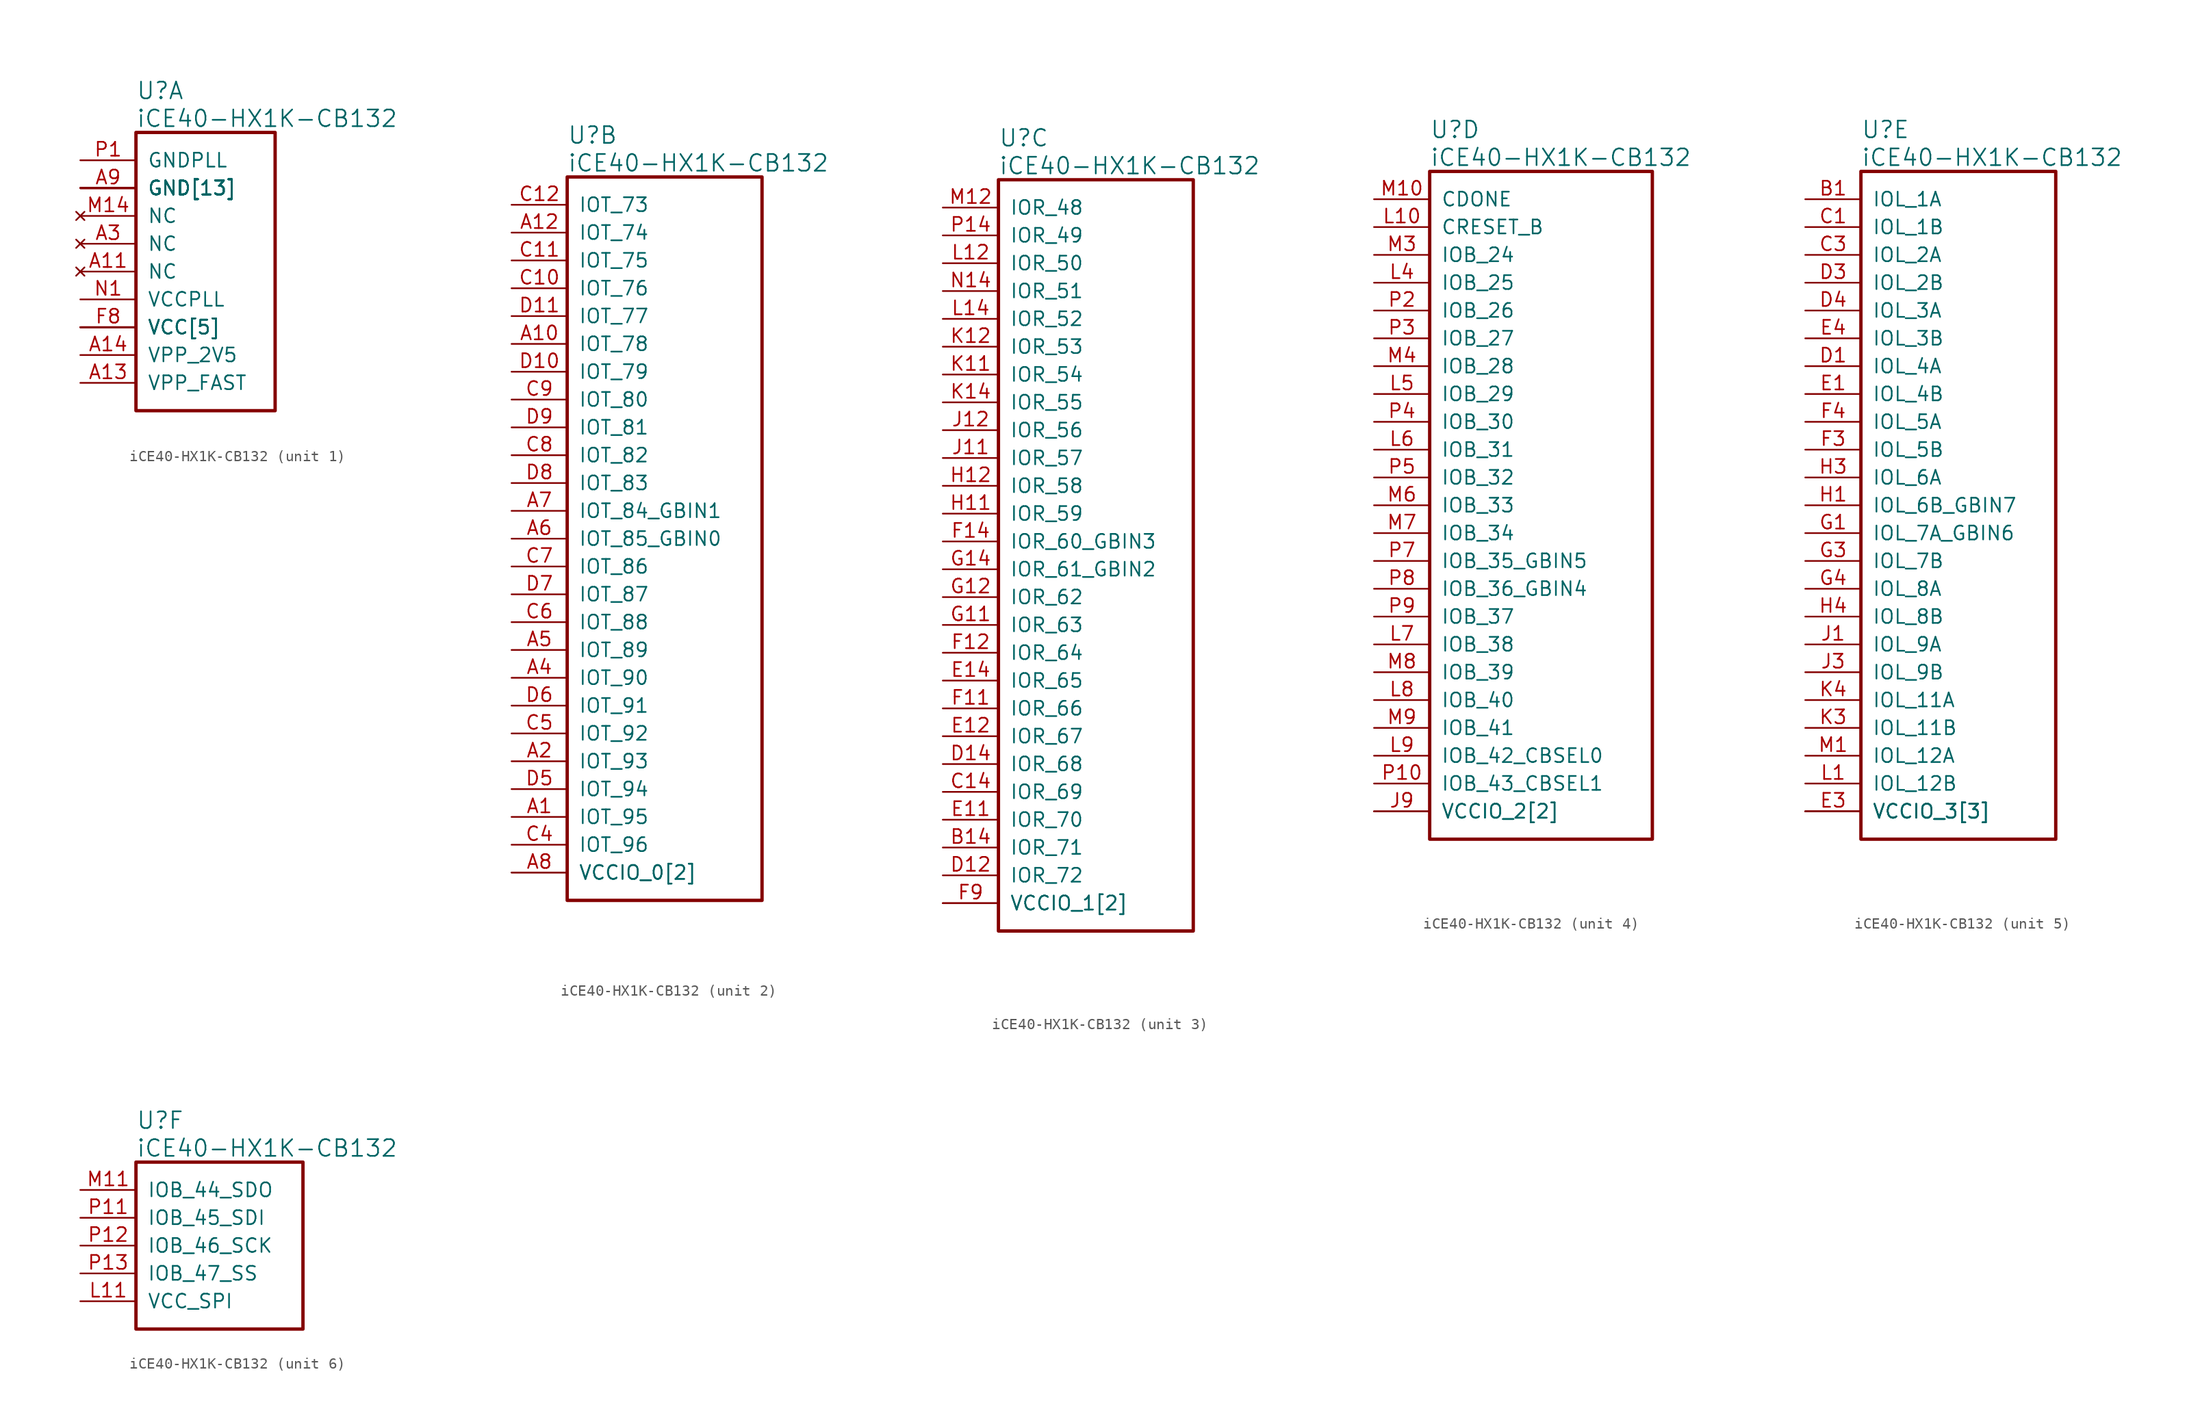
<source format=kicad_sym>
(kicad_symbol_lib
  (version 20241209)
  (generator "kicad_symbol_editor")
  (generator_version "9.0")
  (symbol "iCE40-HX1K-CB132"
    (pin_names
      (offset 1.016))
    (property "Reference" "U"
      (at 5.08 6.35 0)
      (effects (font (size 1.524 1.524)) (justify left)))
    (property "Value" "iCE40-HX1K-CB132"
      (at 5.08 3.81 0)
      (effects (font (size 1.524 1.524)) (justify left)))
    (property "ki_locked" ""
      (at 0 0 0)
      (effects (font (size 1.27 1.27))))
    (symbol "iCE40-HX1K-CB132_1_1"
      (rectangle (start 5.08 2.54) (end 17.78 -22.86) (stroke (width 0.305) (type solid)) (fill (type none)))
      (pin power_in line (at 0 0 0) (length 5.08) (name "GNDPLL" (effects (font (size 1.27 1.27)))) (number "P1" (effects (font (size 1.27 1.27)))))
      (pin power_in line (at 0 -2.54 0) (length 5.08) (name "GND[13]" (effects (font (size 1.27 1.27)))) (number "A9" (effects (font (size 1.27 1.27)))))
      (pin power_in line (at 0 -2.54 0) (length 5.08) (name "GND[13]" (effects (font (size 1.27 1.27)))) (number "F1" (effects (font (size 0 0)))))
      (pin power_in line (at 0 -2.54 0) (length 5.08) (name "GND[13]" (effects (font (size 1.27 1.27)))) (number "F7" (effects (font (size 0 0)))))
      (pin power_in line (at 0 -2.54 0) (length 5.08) (name "GND[13]" (effects (font (size 1.27 1.27)))) (number "G7" (effects (font (size 0 0)))))
      (pin power_in line (at 0 -2.54 0) (length 5.08) (name "GND[13]" (effects (font (size 1.27 1.27)))) (number "G8" (effects (font (size 0 0)))))
      (pin power_in line (at 0 -2.54 0) (length 5.08) (name "GND[13]" (effects (font (size 1.27 1.27)))) (number "G9" (effects (font (size 0 0)))))
      (pin power_in line (at 0 -2.54 0) (length 5.08) (name "GND[13]" (effects (font (size 1.27 1.27)))) (number "H6" (effects (font (size 0 0)))))
      (pin power_in line (at 0 -2.54 0) (length 5.08) (name "GND[13]" (effects (font (size 1.27 1.27)))) (number "H7" (effects (font (size 0 0)))))
      (pin power_in line (at 0 -2.54 0) (length 5.08) (name "GND[13]" (effects (font (size 1.27 1.27)))) (number "H8" (effects (font (size 0 0)))))
      (pin power_in line (at 0 -2.54 0) (length 5.08) (name "GND[13]" (effects (font (size 1.27 1.27)))) (number "J14" (effects (font (size 0 0)))))
      (pin power_in line (at 0 -2.54 0) (length 5.08) (name "GND[13]" (effects (font (size 1.27 1.27)))) (number "J8" (effects (font (size 0 0)))))
      (pin power_in line (at 0 -2.54 0) (length 5.08) (name "GND[13]" (effects (font (size 1.27 1.27)))) (number "L3" (effects (font (size 0 0)))))
      (pin power_in line (at 0 -2.54 0) (length 5.08) (name "GND[13]" (effects (font (size 1.27 1.27)))) (number "P6" (effects (font (size 0 0)))))
      (pin no_connect line (at 0 -5.08 0) (length 5.08) (name "NC" (effects (font (size 1.27 1.27)))) (number "M14" (effects (font (size 1.27 1.27)))))
      (pin no_connect line (at 0 -7.62 0) (length 5.08) (name "NC" (effects (font (size 1.27 1.27)))) (number "A3" (effects (font (size 1.27 1.27)))))
      (pin no_connect line (at 0 -10.16 0) (length 5.08) (name "NC" (effects (font (size 1.27 1.27)))) (number "A11" (effects (font (size 1.27 1.27)))))
      (pin power_in line (at 0 -12.7 0) (length 5.08) (name "VCCPLL" (effects (font (size 1.27 1.27)))) (number "N1" (effects (font (size 1.27 1.27)))))
      (pin power_in line (at 0 -15.24 0) (length 5.08) (name "VCC[5]" (effects (font (size 1.27 1.27)))) (number "F8" (effects (font (size 1.27 1.27)))))
      (pin power_in line (at 0 -15.24 0) (length 5.08) (name "VCC[5]" (effects (font (size 1.27 1.27)))) (number "G6" (effects (font (size 0 0)))))
      (pin power_in line (at 0 -15.24 0) (length 5.08) (name "VCC[5]" (effects (font (size 1.27 1.27)))) (number "H9" (effects (font (size 0 0)))))
      (pin power_in line (at 0 -15.24 0) (length 5.08) (name "VCC[5]" (effects (font (size 1.27 1.27)))) (number "J4" (effects (font (size 0 0)))))
      (pin power_in line (at 0 -15.24 0) (length 5.08) (name "VCC[5]" (effects (font (size 1.27 1.27)))) (number "J7" (effects (font (size 0 0)))))
      (pin power_in line (at 0 -17.78 0) (length 5.08) (name "VPP_2V5" (effects (font (size 1.27 1.27)))) (number "A14" (effects (font (size 1.27 1.27)))))
      (pin power_in line (at 0 -20.32 0) (length 5.08) (name "VPP_FAST" (effects (font (size 1.27 1.27)))) (number "A13" (effects (font (size 1.27 1.27))))))
    (symbol "iCE40-HX1K-CB132_2_1"
      (rectangle (start 5.08 2.54) (end 22.86 -63.5) (stroke (width 0.305) (type solid)) (fill (type none)))
      (pin bidirectional line (at 0 0 0) (length 5.08) (name "IOT_73" (effects (font (size 1.27 1.27)))) (number "C12" (effects (font (size 1.27 1.27)))))
      (pin bidirectional line (at 0 -2.54 0) (length 5.08) (name "IOT_74" (effects (font (size 1.27 1.27)))) (number "A12" (effects (font (size 1.27 1.27)))))
      (pin bidirectional line (at 0 -5.08 0) (length 5.08) (name "IOT_75" (effects (font (size 1.27 1.27)))) (number "C11" (effects (font (size 1.27 1.27)))))
      (pin bidirectional line (at 0 -7.62 0) (length 5.08) (name "IOT_76" (effects (font (size 1.27 1.27)))) (number "C10" (effects (font (size 1.27 1.27)))))
      (pin bidirectional line (at 0 -10.16 0) (length 5.08) (name "IOT_77" (effects (font (size 1.27 1.27)))) (number "D11" (effects (font (size 1.27 1.27)))))
      (pin bidirectional line (at 0 -12.7 0) (length 5.08) (name "IOT_78" (effects (font (size 1.27 1.27)))) (number "A10" (effects (font (size 1.27 1.27)))))
      (pin bidirectional line (at 0 -15.24 0) (length 5.08) (name "IOT_79" (effects (font (size 1.27 1.27)))) (number "D10" (effects (font (size 1.27 1.27)))))
      (pin bidirectional line (at 0 -17.78 0) (length 5.08) (name "IOT_80" (effects (font (size 1.27 1.27)))) (number "C9" (effects (font (size 1.27 1.27)))))
      (pin bidirectional line (at 0 -20.32 0) (length 5.08) (name "IOT_81" (effects (font (size 1.27 1.27)))) (number "D9" (effects (font (size 1.27 1.27)))))
      (pin bidirectional line (at 0 -22.86 0) (length 5.08) (name "IOT_82" (effects (font (size 1.27 1.27)))) (number "C8" (effects (font (size 1.27 1.27)))))
      (pin bidirectional line (at 0 -25.4 0) (length 5.08) (name "IOT_83" (effects (font (size 1.27 1.27)))) (number "D8" (effects (font (size 1.27 1.27)))))
      (pin bidirectional line (at 0 -27.94 0) (length 5.08) (name "IOT_84_GBIN1" (effects (font (size 1.27 1.27)))) (number "A7" (effects (font (size 1.27 1.27)))))
      (pin bidirectional line (at 0 -30.48 0) (length 5.08) (name "IOT_85_GBIN0" (effects (font (size 1.27 1.27)))) (number "A6" (effects (font (size 1.27 1.27)))))
      (pin bidirectional line (at 0 -33.02 0) (length 5.08) (name "IOT_86" (effects (font (size 1.27 1.27)))) (number "C7" (effects (font (size 1.27 1.27)))))
      (pin bidirectional line (at 0 -35.56 0) (length 5.08) (name "IOT_87" (effects (font (size 1.27 1.27)))) (number "D7" (effects (font (size 1.27 1.27)))))
      (pin bidirectional line (at 0 -38.1 0) (length 5.08) (name "IOT_88" (effects (font (size 1.27 1.27)))) (number "C6" (effects (font (size 1.27 1.27)))))
      (pin bidirectional line (at 0 -40.64 0) (length 5.08) (name "IOT_89" (effects (font (size 1.27 1.27)))) (number "A5" (effects (font (size 1.27 1.27)))))
      (pin bidirectional line (at 0 -43.18 0) (length 5.08) (name "IOT_90" (effects (font (size 1.27 1.27)))) (number "A4" (effects (font (size 1.27 1.27)))))
      (pin bidirectional line (at 0 -45.72 0) (length 5.08) (name "IOT_91" (effects (font (size 1.27 1.27)))) (number "D6" (effects (font (size 1.27 1.27)))))
      (pin bidirectional line (at 0 -48.26 0) (length 5.08) (name "IOT_92" (effects (font (size 1.27 1.27)))) (number "C5" (effects (font (size 1.27 1.27)))))
      (pin bidirectional line (at 0 -50.8 0) (length 5.08) (name "IOT_93" (effects (font (size 1.27 1.27)))) (number "A2" (effects (font (size 1.27 1.27)))))
      (pin bidirectional line (at 0 -53.34 0) (length 5.08) (name "IOT_94" (effects (font (size 1.27 1.27)))) (number "D5" (effects (font (size 1.27 1.27)))))
      (pin bidirectional line (at 0 -55.88 0) (length 5.08) (name "IOT_95" (effects (font (size 1.27 1.27)))) (number "A1" (effects (font (size 1.27 1.27)))))
      (pin bidirectional line (at 0 -58.42 0) (length 5.08) (name "IOT_96" (effects (font (size 1.27 1.27)))) (number "C4" (effects (font (size 1.27 1.27)))))
      (pin power_in line (at 0 -60.96 0) (length 5.08) (name "VCCIO_0[2]" (effects (font (size 1.27 1.27)))) (number "A8" (effects (font (size 1.27 1.27)))))
      (pin power_in line (at 0 -60.96 0) (length 5.08) (name "VCCIO_0[2]" (effects (font (size 1.27 1.27)))) (number "F6" (effects (font (size 0 0))))))
    (symbol "iCE40-HX1K-CB132_3_1"
      (rectangle (start 5.08 2.54) (end 22.86 -66.04) (stroke (width 0.305) (type solid)) (fill (type none)))
      (pin bidirectional line (at 0 0 0) (length 5.08) (name "IOR_48" (effects (font (size 1.27 1.27)))) (number "M12" (effects (font (size 1.27 1.27)))))
      (pin bidirectional line (at 0 -2.54 0) (length 5.08) (name "IOR_49" (effects (font (size 1.27 1.27)))) (number "P14" (effects (font (size 1.27 1.27)))))
      (pin bidirectional line (at 0 -5.08 0) (length 5.08) (name "IOR_50" (effects (font (size 1.27 1.27)))) (number "L12" (effects (font (size 1.27 1.27)))))
      (pin bidirectional line (at 0 -7.62 0) (length 5.08) (name "IOR_51" (effects (font (size 1.27 1.27)))) (number "N14" (effects (font (size 1.27 1.27)))))
      (pin bidirectional line (at 0 -10.16 0) (length 5.08) (name "IOR_52" (effects (font (size 1.27 1.27)))) (number "L14" (effects (font (size 1.27 1.27)))))
      (pin bidirectional line (at 0 -12.7 0) (length 5.08) (name "IOR_53" (effects (font (size 1.27 1.27)))) (number "K12" (effects (font (size 1.27 1.27)))))
      (pin bidirectional line (at 0 -15.24 0) (length 5.08) (name "IOR_54" (effects (font (size 1.27 1.27)))) (number "K11" (effects (font (size 1.27 1.27)))))
      (pin bidirectional line (at 0 -17.78 0) (length 5.08) (name "IOR_55" (effects (font (size 1.27 1.27)))) (number "K14" (effects (font (size 1.27 1.27)))))
      (pin bidirectional line (at 0 -20.32 0) (length 5.08) (name "IOR_56" (effects (font (size 1.27 1.27)))) (number "J12" (effects (font (size 1.27 1.27)))))
      (pin bidirectional line (at 0 -22.86 0) (length 5.08) (name "IOR_57" (effects (font (size 1.27 1.27)))) (number "J11" (effects (font (size 1.27 1.27)))))
      (pin bidirectional line (at 0 -25.4 0) (length 5.08) (name "IOR_58" (effects (font (size 1.27 1.27)))) (number "H12" (effects (font (size 1.27 1.27)))))
      (pin bidirectional line (at 0 -27.94 0) (length 5.08) (name "IOR_59" (effects (font (size 1.27 1.27)))) (number "H11" (effects (font (size 1.27 1.27)))))
      (pin bidirectional line (at 0 -30.48 0) (length 5.08) (name "IOR_60_GBIN3" (effects (font (size 1.27 1.27)))) (number "F14" (effects (font (size 1.27 1.27)))))
      (pin bidirectional line (at 0 -33.02 0) (length 5.08) (name "IOR_61_GBIN2" (effects (font (size 1.27 1.27)))) (number "G14" (effects (font (size 1.27 1.27)))))
      (pin bidirectional line (at 0 -35.56 0) (length 5.08) (name "IOR_62" (effects (font (size 1.27 1.27)))) (number "G12" (effects (font (size 1.27 1.27)))))
      (pin bidirectional line (at 0 -38.1 0) (length 5.08) (name "IOR_63" (effects (font (size 1.27 1.27)))) (number "G11" (effects (font (size 1.27 1.27)))))
      (pin bidirectional line (at 0 -40.64 0) (length 5.08) (name "IOR_64" (effects (font (size 1.27 1.27)))) (number "F12" (effects (font (size 1.27 1.27)))))
      (pin bidirectional line (at 0 -43.18 0) (length 5.08) (name "IOR_65" (effects (font (size 1.27 1.27)))) (number "E14" (effects (font (size 1.27 1.27)))))
      (pin bidirectional line (at 0 -45.72 0) (length 5.08) (name "IOR_66" (effects (font (size 1.27 1.27)))) (number "F11" (effects (font (size 1.27 1.27)))))
      (pin bidirectional line (at 0 -48.26 0) (length 5.08) (name "IOR_67" (effects (font (size 1.27 1.27)))) (number "E12" (effects (font (size 1.27 1.27)))))
      (pin bidirectional line (at 0 -50.8 0) (length 5.08) (name "IOR_68" (effects (font (size 1.27 1.27)))) (number "D14" (effects (font (size 1.27 1.27)))))
      (pin bidirectional line (at 0 -53.34 0) (length 5.08) (name "IOR_69" (effects (font (size 1.27 1.27)))) (number "C14" (effects (font (size 1.27 1.27)))))
      (pin bidirectional line (at 0 -55.88 0) (length 5.08) (name "IOR_70" (effects (font (size 1.27 1.27)))) (number "E11" (effects (font (size 1.27 1.27)))))
      (pin bidirectional line (at 0 -58.42 0) (length 5.08) (name "IOR_71" (effects (font (size 1.27 1.27)))) (number "B14" (effects (font (size 1.27 1.27)))))
      (pin bidirectional line (at 0 -60.96 0) (length 5.08) (name "IOR_72" (effects (font (size 1.27 1.27)))) (number "D12" (effects (font (size 1.27 1.27)))))
      (pin power_in line (at 0 -63.5 0) (length 5.08) (name "VCCIO_1[2]" (effects (font (size 1.27 1.27)))) (number "F9" (effects (font (size 1.27 1.27)))))
      (pin power_in line (at 0 -63.5 0) (length 5.08) (name "VCCIO_1[2]" (effects (font (size 1.27 1.27)))) (number "H14" (effects (font (size 0 0))))))
    (symbol "iCE40-HX1K-CB132_4_1"
      (rectangle (start 5.08 2.54) (end 25.4 -58.42) (stroke (width 0.305) (type solid)) (fill (type none)))
      (pin output line (at 0 0 0) (length 5.08) (name "CDONE" (effects (font (size 1.27 1.27)))) (number "M10" (effects (font (size 1.27 1.27)))))
      (pin input line (at 0 -2.54 0) (length 5.08) (name "CRESET_B" (effects (font (size 1.27 1.27)))) (number "L10" (effects (font (size 1.27 1.27)))))
      (pin bidirectional line (at 0 -5.08 0) (length 5.08) (name "IOB_24" (effects (font (size 1.27 1.27)))) (number "M3" (effects (font (size 1.27 1.27)))))
      (pin bidirectional line (at 0 -7.62 0) (length 5.08) (name "IOB_25" (effects (font (size 1.27 1.27)))) (number "L4" (effects (font (size 1.27 1.27)))))
      (pin bidirectional line (at 0 -10.16 0) (length 5.08) (name "IOB_26" (effects (font (size 1.27 1.27)))) (number "P2" (effects (font (size 1.27 1.27)))))
      (pin bidirectional line (at 0 -12.7 0) (length 5.08) (name "IOB_27" (effects (font (size 1.27 1.27)))) (number "P3" (effects (font (size 1.27 1.27)))))
      (pin bidirectional line (at 0 -15.24 0) (length 5.08) (name "IOB_28" (effects (font (size 1.27 1.27)))) (number "M4" (effects (font (size 1.27 1.27)))))
      (pin bidirectional line (at 0 -17.78 0) (length 5.08) (name "IOB_29" (effects (font (size 1.27 1.27)))) (number "L5" (effects (font (size 1.27 1.27)))))
      (pin bidirectional line (at 0 -20.32 0) (length 5.08) (name "IOB_30" (effects (font (size 1.27 1.27)))) (number "P4" (effects (font (size 1.27 1.27)))))
      (pin bidirectional line (at 0 -22.86 0) (length 5.08) (name "IOB_31" (effects (font (size 1.27 1.27)))) (number "L6" (effects (font (size 1.27 1.27)))))
      (pin bidirectional line (at 0 -25.4 0) (length 5.08) (name "IOB_32" (effects (font (size 1.27 1.27)))) (number "P5" (effects (font (size 1.27 1.27)))))
      (pin bidirectional line (at 0 -27.94 0) (length 5.08) (name "IOB_33" (effects (font (size 1.27 1.27)))) (number "M6" (effects (font (size 1.27 1.27)))))
      (pin bidirectional line (at 0 -30.48 0) (length 5.08) (name "IOB_34" (effects (font (size 1.27 1.27)))) (number "M7" (effects (font (size 1.27 1.27)))))
      (pin bidirectional line (at 0 -33.02 0) (length 5.08) (name "IOB_35_GBIN5" (effects (font (size 1.27 1.27)))) (number "P7" (effects (font (size 1.27 1.27)))))
      (pin bidirectional line (at 0 -35.56 0) (length 5.08) (name "IOB_36_GBIN4" (effects (font (size 1.27 1.27)))) (number "P8" (effects (font (size 1.27 1.27)))))
      (pin bidirectional line (at 0 -38.1 0) (length 5.08) (name "IOB_37" (effects (font (size 1.27 1.27)))) (number "P9" (effects (font (size 1.27 1.27)))))
      (pin bidirectional line (at 0 -40.64 0) (length 5.08) (name "IOB_38" (effects (font (size 1.27 1.27)))) (number "L7" (effects (font (size 1.27 1.27)))))
      (pin bidirectional line (at 0 -43.18 0) (length 5.08) (name "IOB_39" (effects (font (size 1.27 1.27)))) (number "M8" (effects (font (size 1.27 1.27)))))
      (pin bidirectional line (at 0 -45.72 0) (length 5.08) (name "IOB_40" (effects (font (size 1.27 1.27)))) (number "L8" (effects (font (size 1.27 1.27)))))
      (pin bidirectional line (at 0 -48.26 0) (length 5.08) (name "IOB_41" (effects (font (size 1.27 1.27)))) (number "M9" (effects (font (size 1.27 1.27)))))
      (pin bidirectional line (at 0 -50.8 0) (length 5.08) (name "IOB_42_CBSEL0" (effects (font (size 1.27 1.27)))) (number "L9" (effects (font (size 1.27 1.27)))))
      (pin bidirectional line (at 0 -53.34 0) (length 5.08) (name "IOB_43_CBSEL1" (effects (font (size 1.27 1.27)))) (number "P10" (effects (font (size 1.27 1.27)))))
      (pin power_in line (at 0 -55.88 0) (length 5.08) (name "VCCIO_2[2]" (effects (font (size 1.27 1.27)))) (number "J9" (effects (font (size 1.27 1.27)))))
      (pin power_in line (at 0 -55.88 0) (length 5.08) (name "VCCIO_2[2]" (effects (font (size 1.27 1.27)))) (number "M5" (effects (font (size 0 0))))))
    (symbol "iCE40-HX1K-CB132_5_1"
      (rectangle (start 5.08 2.54) (end 22.86 -58.42) (stroke (width 0.305) (type solid)) (fill (type none)))
      (pin bidirectional line (at 0 0 0) (length 5.08) (name "IOL_1A" (effects (font (size 1.27 1.27)))) (number "B1" (effects (font (size 1.27 1.27)))))
      (pin bidirectional line (at 0 -2.54 0) (length 5.08) (name "IOL_1B" (effects (font (size 1.27 1.27)))) (number "C1" (effects (font (size 1.27 1.27)))))
      (pin bidirectional line (at 0 -5.08 0) (length 5.08) (name "IOL_2A" (effects (font (size 1.27 1.27)))) (number "C3" (effects (font (size 1.27 1.27)))))
      (pin bidirectional line (at 0 -7.62 0) (length 5.08) (name "IOL_2B" (effects (font (size 1.27 1.27)))) (number "D3" (effects (font (size 1.27 1.27)))))
      (pin bidirectional line (at 0 -10.16 0) (length 5.08) (name "IOL_3A" (effects (font (size 1.27 1.27)))) (number "D4" (effects (font (size 1.27 1.27)))))
      (pin bidirectional line (at 0 -12.7 0) (length 5.08) (name "IOL_3B" (effects (font (size 1.27 1.27)))) (number "E4" (effects (font (size 1.27 1.27)))))
      (pin bidirectional line (at 0 -15.24 0) (length 5.08) (name "IOL_4A" (effects (font (size 1.27 1.27)))) (number "D1" (effects (font (size 1.27 1.27)))))
      (pin bidirectional line (at 0 -17.78 0) (length 5.08) (name "IOL_4B" (effects (font (size 1.27 1.27)))) (number "E1" (effects (font (size 1.27 1.27)))))
      (pin bidirectional line (at 0 -20.32 0) (length 5.08) (name "IOL_5A" (effects (font (size 1.27 1.27)))) (number "F4" (effects (font (size 1.27 1.27)))))
      (pin bidirectional line (at 0 -22.86 0) (length 5.08) (name "IOL_5B" (effects (font (size 1.27 1.27)))) (number "F3" (effects (font (size 1.27 1.27)))))
      (pin bidirectional line (at 0 -25.4 0) (length 5.08) (name "IOL_6A" (effects (font (size 1.27 1.27)))) (number "H3" (effects (font (size 1.27 1.27)))))
      (pin bidirectional line (at 0 -27.94 0) (length 5.08) (name "IOL_6B_GBIN7" (effects (font (size 1.27 1.27)))) (number "H1" (effects (font (size 1.27 1.27)))))
      (pin bidirectional line (at 0 -30.48 0) (length 5.08) (name "IOL_7A_GBIN6" (effects (font (size 1.27 1.27)))) (number "G1" (effects (font (size 1.27 1.27)))))
      (pin bidirectional line (at 0 -33.02 0) (length 5.08) (name "IOL_7B" (effects (font (size 1.27 1.27)))) (number "G3" (effects (font (size 1.27 1.27)))))
      (pin bidirectional line (at 0 -35.56 0) (length 5.08) (name "IOL_8A" (effects (font (size 1.27 1.27)))) (number "G4" (effects (font (size 1.27 1.27)))))
      (pin bidirectional line (at 0 -38.1 0) (length 5.08) (name "IOL_8B" (effects (font (size 1.27 1.27)))) (number "H4" (effects (font (size 1.27 1.27)))))
      (pin bidirectional line (at 0 -40.64 0) (length 5.08) (name "IOL_9A" (effects (font (size 1.27 1.27)))) (number "J1" (effects (font (size 1.27 1.27)))))
      (pin bidirectional line (at 0 -43.18 0) (length 5.08) (name "IOL_9B" (effects (font (size 1.27 1.27)))) (number "J3" (effects (font (size 1.27 1.27)))))
      (pin bidirectional line (at 0 -45.72 0) (length 5.08) (name "IOL_11A" (effects (font (size 1.27 1.27)))) (number "K4" (effects (font (size 1.27 1.27)))))
      (pin bidirectional line (at 0 -48.26 0) (length 5.08) (name "IOL_11B" (effects (font (size 1.27 1.27)))) (number "K3" (effects (font (size 1.27 1.27)))))
      (pin bidirectional line (at 0 -50.8 0) (length 5.08) (name "IOL_12A" (effects (font (size 1.27 1.27)))) (number "M1" (effects (font (size 1.27 1.27)))))
      (pin bidirectional line (at 0 -53.34 0) (length 5.08) (name "IOL_12B" (effects (font (size 1.27 1.27)))) (number "L1" (effects (font (size 1.27 1.27)))))
      (pin power_in line (at 0 -55.88 0) (length 5.08) (name "VCCIO_3[3]" (effects (font (size 1.27 1.27)))) (number "E3" (effects (font (size 1.27 1.27)))))
      (pin power_in line (at 0 -55.88 0) (length 5.08) (name "VCCIO_3[3]" (effects (font (size 1.27 1.27)))) (number "J6" (effects (font (size 0 0)))))
      (pin power_in line (at 0 -55.88 0) (length 5.08) (name "VCCIO_3[3]" (effects (font (size 1.27 1.27)))) (number "K1" (effects (font (size 0 0))))))
    (symbol "iCE40-HX1K-CB132_6_1"
      (rectangle (start 5.08 2.54) (end 20.32 -12.7) (stroke (width 0.305) (type solid)) (fill (type none)))
      (pin bidirectional line (at 0 0 0) (length 5.08) (name "IOB_44_SDO" (effects (font (size 1.27 1.27)))) (number "M11" (effects (font (size 1.27 1.27)))))
      (pin bidirectional line (at 0 -2.54 0) (length 5.08) (name "IOB_45_SDI" (effects (font (size 1.27 1.27)))) (number "P11" (effects (font (size 1.27 1.27)))))
      (pin bidirectional line (at 0 -5.08 0) (length 5.08) (name "IOB_46_SCK" (effects (font (size 1.27 1.27)))) (number "P12" (effects (font (size 1.27 1.27)))))
      (pin bidirectional line (at 0 -7.62 0) (length 5.08) (name "IOB_47_SS" (effects (font (size 1.27 1.27)))) (number "P13" (effects (font (size 1.27 1.27)))))
      (pin power_in line (at 0 -10.16 0) (length 5.08) (name "VCC_SPI" (effects (font (size 1.27 1.27)))) (number "L11" (effects (font (size 1.27 1.27))))))))
</source>
